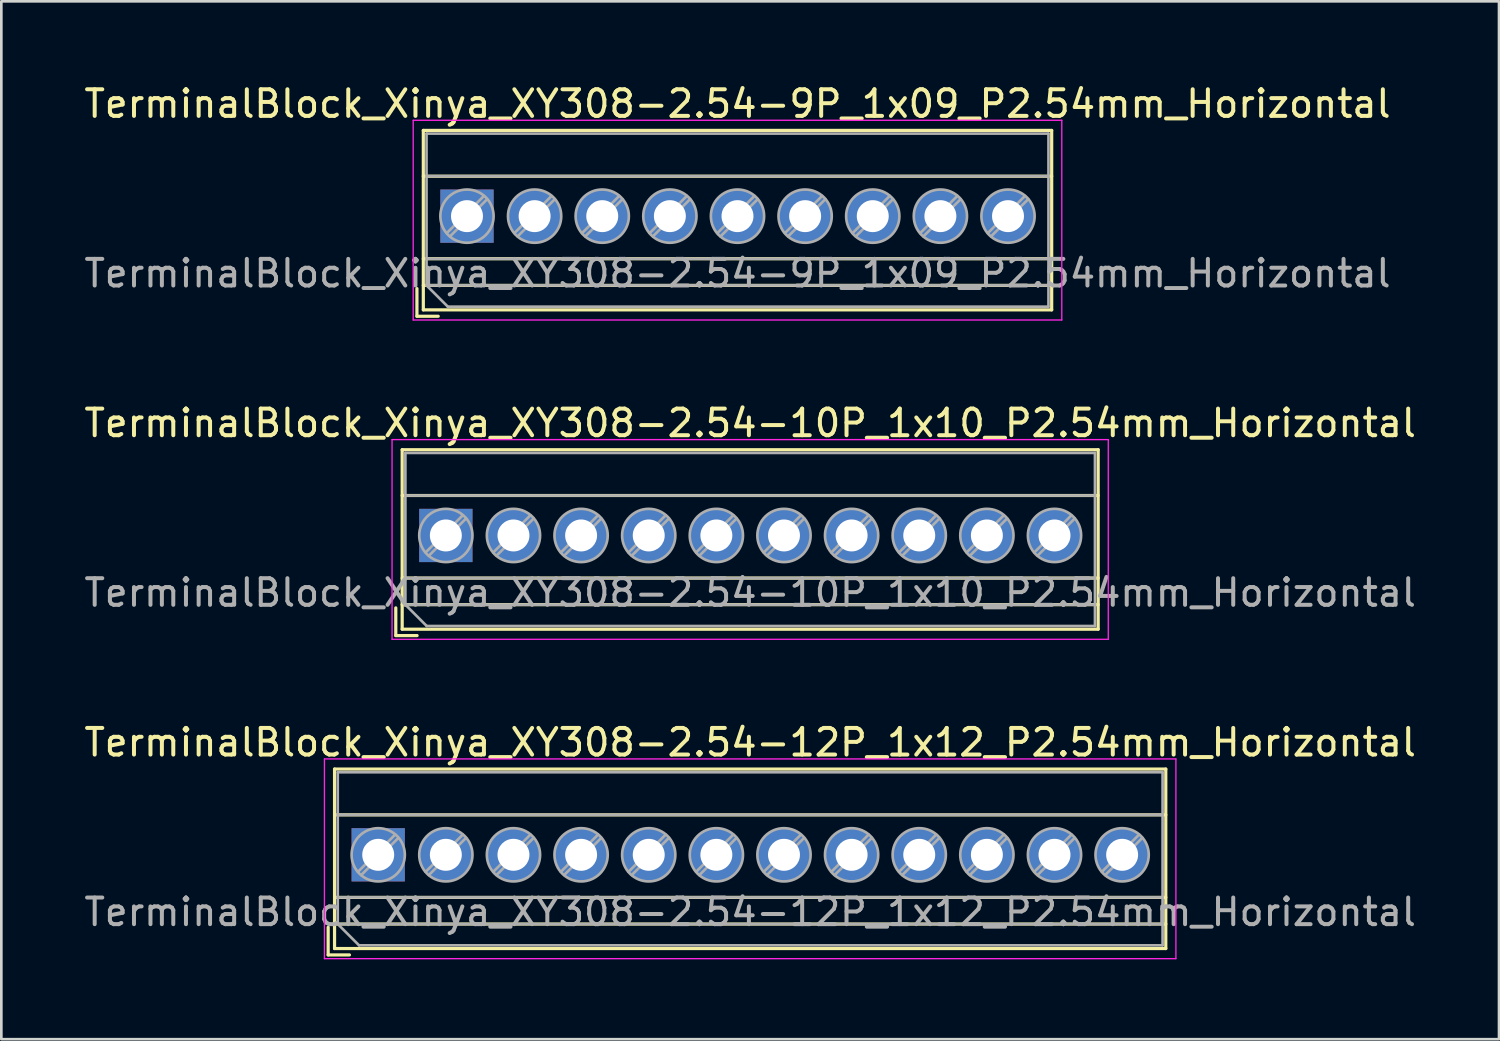
<source format=kicad_pcb>
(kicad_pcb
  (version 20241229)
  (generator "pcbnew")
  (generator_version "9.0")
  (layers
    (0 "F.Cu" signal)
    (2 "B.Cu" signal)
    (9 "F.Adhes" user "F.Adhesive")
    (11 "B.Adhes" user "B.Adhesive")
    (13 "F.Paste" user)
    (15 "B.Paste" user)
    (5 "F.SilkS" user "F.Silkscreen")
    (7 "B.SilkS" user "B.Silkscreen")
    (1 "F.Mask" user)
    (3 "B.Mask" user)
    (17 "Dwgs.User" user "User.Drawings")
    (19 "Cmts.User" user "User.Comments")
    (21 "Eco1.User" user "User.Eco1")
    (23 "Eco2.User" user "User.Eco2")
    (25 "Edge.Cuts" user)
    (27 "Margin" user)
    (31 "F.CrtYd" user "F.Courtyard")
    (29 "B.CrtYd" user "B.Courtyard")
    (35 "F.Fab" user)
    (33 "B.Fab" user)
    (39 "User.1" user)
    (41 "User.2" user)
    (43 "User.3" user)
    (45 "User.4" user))
  (footprint "TerminalBlock_Xinya_XY308-2.54-9P_1x09_P2.54mm_Horizontal"
    (layer "F.Cu")
    (at 14.489 5.068)
    (property "Reference" "TerminalBlock_Xinya_XY308-2.54-9P_1x09_P2.54mm_Horizontal" (at 10.16 -4.22 0) (layer "F.SilkS") (effects (font (size 1 1) (thickness 0.15))))
    (attr through_hole)
    (fp_line (start -1.88 2.72) (end -1.88 3.76) (stroke (width 0.12) (type solid)) (layer "F.SilkS"))
    (fp_line (start -1.88 3.76) (end -1.08 3.76) (stroke (width 0.12) (type solid)) (layer "F.SilkS"))
    (fp_line (start -1.64 -3.22) (end -1.64 3.52) (stroke (width 0.12) (type solid)) (layer "F.SilkS"))
    (fp_line (start -1.64 -3.22) (end 21.96 -3.22) (stroke (width 0.12) (type solid)) (layer "F.SilkS"))
    (fp_line (start -1.64 -1.501) (end 21.96 -1.501) (stroke (width 0.12) (type solid)) (layer "F.SilkS"))
    (fp_line (start -1.64 1.6) (end 21.96 1.6) (stroke (width 0.12) (type solid)) (layer "F.SilkS"))
    (fp_line (start -1.64 2.6) (end 21.96 2.6) (stroke (width 0.12) (type solid)) (layer "F.SilkS"))
    (fp_line (start -1.64 3.52) (end 21.96 3.52) (stroke (width 0.12) (type solid)) (layer "F.SilkS"))
    (fp_line (start 21.96 -3.22) (end 21.96 3.52) (stroke (width 0.12) (type solid)) (layer "F.SilkS"))
    (fp_line (start -2.02 -3.6) (end -2.02 3.9) (stroke (width 0.05) (type solid)) (layer "F.CrtYd"))
    (fp_line (start -2.02 3.9) (end 22.34 3.9) (stroke (width 0.05) (type solid)) (layer "F.CrtYd"))
    (fp_line (start 22.34 -3.6) (end -2.02 -3.6) (stroke (width 0.05) (type solid)) (layer "F.CrtYd"))
    (fp_line (start 22.34 3.9) (end 22.34 -3.6) (stroke (width 0.05) (type solid)) (layer "F.CrtYd"))
    (fp_line (start -1.52 -3.1) (end 21.84 -3.1) (stroke (width 0.1) (type solid)) (layer "F.Fab"))
    (fp_line (start -1.52 -1.5) (end 21.84 -1.5) (stroke (width 0.1) (type solid)) (layer "F.Fab"))
    (fp_line (start -1.52 1.6) (end 21.84 1.6) (stroke (width 0.1) (type solid)) (layer "F.Fab"))
    (fp_line (start -1.52 2.6) (end -1.52 -3.1) (stroke (width 0.1) (type solid)) (layer "F.Fab"))
    (fp_line (start -1.52 2.6) (end 21.84 2.6) (stroke (width 0.1) (type solid)) (layer "F.Fab"))
    (fp_line (start -0.72 3.4) (end -1.52 2.6) (stroke (width 0.1) (type solid)) (layer "F.Fab"))
    (fp_line (start 0.637 -0.759) (end -0.759 0.637) (stroke (width 0.1) (type solid)) (layer "F.Fab"))
    (fp_line (start 0.759 -0.637) (end -0.637 0.759) (stroke (width 0.1) (type solid)) (layer "F.Fab"))
    (fp_line (start 3.177 -0.759) (end 1.782 0.637) (stroke (width 0.1) (type solid)) (layer "F.Fab"))
    (fp_line (start 3.299 -0.637) (end 1.904 0.759) (stroke (width 0.1) (type solid)) (layer "F.Fab"))
    (fp_line (start 5.717 -0.759) (end 4.322 0.637) (stroke (width 0.1) (type solid)) (layer "F.Fab"))
    (fp_line (start 5.839 -0.637) (end 4.444 0.759) (stroke (width 0.1) (type solid)) (layer "F.Fab"))
    (fp_line (start 8.257 -0.759) (end 6.862 0.637) (stroke (width 0.1) (type solid)) (layer "F.Fab"))
    (fp_line (start 8.379 -0.637) (end 6.984 0.759) (stroke (width 0.1) (type solid)) (layer "F.Fab"))
    (fp_line (start 10.797 -0.759) (end 9.402 0.637) (stroke (width 0.1) (type solid)) (layer "F.Fab"))
    (fp_line (start 10.919 -0.637) (end 9.524 0.759) (stroke (width 0.1) (type solid)) (layer "F.Fab"))
    (fp_line (start 13.337 -0.759) (end 11.942 0.637) (stroke (width 0.1) (type solid)) (layer "F.Fab"))
    (fp_line (start 13.459 -0.637) (end 12.064 0.759) (stroke (width 0.1) (type solid)) (layer "F.Fab"))
    (fp_line (start 15.877 -0.759) (end 14.482 0.637) (stroke (width 0.1) (type solid)) (layer "F.Fab"))
    (fp_line (start 15.999 -0.637) (end 14.604 0.759) (stroke (width 0.1) (type solid)) (layer "F.Fab"))
    (fp_line (start 18.417 -0.759) (end 17.022 0.637) (stroke (width 0.1) (type solid)) (layer "F.Fab"))
    (fp_line (start 18.539 -0.637) (end 17.144 0.759) (stroke (width 0.1) (type solid)) (layer "F.Fab"))
    (fp_line (start 20.957 -0.759) (end 19.562 0.637) (stroke (width 0.1) (type solid)) (layer "F.Fab"))
    (fp_line (start 21.079 -0.637) (end 19.684 0.759) (stroke (width 0.1) (type solid)) (layer "F.Fab"))
    (fp_line (start 21.84 -3.1) (end 21.84 3.4) (stroke (width 0.1) (type solid)) (layer "F.Fab"))
    (fp_line (start 21.84 3.4) (end -0.72 3.4) (stroke (width 0.1) (type solid)) (layer "F.Fab"))
    (fp_circle (center 0 0) (end 1 0) (stroke (width 0.1) (type solid)) (fill no) (layer "F.Fab"))
    (fp_circle (center 2.54 0) (end 3.54 0) (stroke (width 0.1) (type solid)) (fill no) (layer "F.Fab"))
    (fp_circle (center 5.08 0) (end 6.08 0) (stroke (width 0.1) (type solid)) (fill no) (layer "F.Fab"))
    (fp_circle (center 7.62 0) (end 8.62 0) (stroke (width 0.1) (type solid)) (fill no) (layer "F.Fab"))
    (fp_circle (center 10.16 0) (end 11.16 0) (stroke (width 0.1) (type solid)) (fill no) (layer "F.Fab"))
    (fp_circle (center 12.7 0) (end 13.7 0) (stroke (width 0.1) (type solid)) (fill no) (layer "F.Fab"))
    (fp_circle (center 15.24 0) (end 16.24 0) (stroke (width 0.1) (type solid)) (fill no) (layer "F.Fab"))
    (fp_circle (center 17.78 0) (end 18.78 0) (stroke (width 0.1) (type solid)) (fill no) (layer "F.Fab"))
    (fp_circle (center 20.32 0) (end 21.32 0) (stroke (width 0.1) (type solid)) (fill no) (layer "F.Fab"))
    (fp_text user "${REFERENCE}" (at 10.16 2.15 0) (layer "F.Fab") (effects (font (size 1 1) (thickness 0.15))))
    (pad "1" thru_hole rect (at 0 0) (size 2 2) (drill 1.2) (layers "*.Cu" "*.Mask"))
    (pad "2" thru_hole circle (at 2.54 0) (size 2 2) (drill 1.2) (layers "*.Cu" "*.Mask"))
    (pad "3" thru_hole circle (at 5.08 0) (size 2 2) (drill 1.2) (layers "*.Cu" "*.Mask"))
    (pad "4" thru_hole circle (at 7.62 0) (size 2 2) (drill 1.2) (layers "*.Cu" "*.Mask"))
    (pad "5" thru_hole circle (at 10.16 0) (size 2 2) (drill 1.2) (layers "*.Cu" "*.Mask"))
    (pad "6" thru_hole circle (at 12.7 0) (size 2 2) (drill 1.2) (layers "*.Cu" "*.Mask"))
    (pad "7" thru_hole circle (at 15.24 0) (size 2 2) (drill 1.2) (layers "*.Cu" "*.Mask"))
    (pad "8" thru_hole circle (at 17.78 0) (size 2 2) (drill 1.2) (layers "*.Cu" "*.Mask"))
    (pad "9" thru_hole circle (at 20.32 0) (size 2 2) (drill 1.2) (layers "*.Cu" "*.Mask")))
  (footprint "TerminalBlock_Xinya_XY308-2.54-10P_1x10_P2.54mm_Horizontal"
    (layer "F.Cu")
    (at 13.695 17.061)
    (property "Reference" "TerminalBlock_Xinya_XY308-2.54-10P_1x10_P2.54mm_Horizontal" (at 11.43 -4.22 0) (layer "F.SilkS") (effects (font (size 1 1) (thickness 0.15))))
    (attr through_hole)
    (fp_line (start -1.88 2.72) (end -1.88 3.76) (stroke (width 0.12) (type solid)) (layer "F.SilkS"))
    (fp_line (start -1.88 3.76) (end -1.08 3.76) (stroke (width 0.12) (type solid)) (layer "F.SilkS"))
    (fp_line (start -1.64 -3.22) (end -1.64 3.52) (stroke (width 0.12) (type solid)) (layer "F.SilkS"))
    (fp_line (start -1.64 -3.22) (end 24.5 -3.22) (stroke (width 0.12) (type solid)) (layer "F.SilkS"))
    (fp_line (start -1.64 -1.501) (end 24.5 -1.501) (stroke (width 0.12) (type solid)) (layer "F.SilkS"))
    (fp_line (start -1.64 1.6) (end 24.5 1.6) (stroke (width 0.12) (type solid)) (layer "F.SilkS"))
    (fp_line (start -1.64 2.6) (end 24.5 2.6) (stroke (width 0.12) (type solid)) (layer "F.SilkS"))
    (fp_line (start -1.64 3.52) (end 24.5 3.52) (stroke (width 0.12) (type solid)) (layer "F.SilkS"))
    (fp_line (start 24.5 -3.22) (end 24.5 3.52) (stroke (width 0.12) (type solid)) (layer "F.SilkS"))
    (fp_line (start -2.02 -3.6) (end -2.02 3.9) (stroke (width 0.05) (type solid)) (layer "F.CrtYd"))
    (fp_line (start -2.02 3.9) (end 24.88 3.9) (stroke (width 0.05) (type solid)) (layer "F.CrtYd"))
    (fp_line (start 24.88 -3.6) (end -2.02 -3.6) (stroke (width 0.05) (type solid)) (layer "F.CrtYd"))
    (fp_line (start 24.88 3.9) (end 24.88 -3.6) (stroke (width 0.05) (type solid)) (layer "F.CrtYd"))
    (fp_line (start -1.52 -3.1) (end 24.38 -3.1) (stroke (width 0.1) (type solid)) (layer "F.Fab"))
    (fp_line (start -1.52 -1.5) (end 24.38 -1.5) (stroke (width 0.1) (type solid)) (layer "F.Fab"))
    (fp_line (start -1.52 1.6) (end 24.38 1.6) (stroke (width 0.1) (type solid)) (layer "F.Fab"))
    (fp_line (start -1.52 2.6) (end -1.52 -3.1) (stroke (width 0.1) (type solid)) (layer "F.Fab"))
    (fp_line (start -1.52 2.6) (end 24.38 2.6) (stroke (width 0.1) (type solid)) (layer "F.Fab"))
    (fp_line (start -0.72 3.4) (end -1.52 2.6) (stroke (width 0.1) (type solid)) (layer "F.Fab"))
    (fp_line (start 0.637 -0.759) (end -0.759 0.637) (stroke (width 0.1) (type solid)) (layer "F.Fab"))
    (fp_line (start 0.759 -0.637) (end -0.637 0.759) (stroke (width 0.1) (type solid)) (layer "F.Fab"))
    (fp_line (start 3.177 -0.759) (end 1.782 0.637) (stroke (width 0.1) (type solid)) (layer "F.Fab"))
    (fp_line (start 3.299 -0.637) (end 1.904 0.759) (stroke (width 0.1) (type solid)) (layer "F.Fab"))
    (fp_line (start 5.717 -0.759) (end 4.322 0.637) (stroke (width 0.1) (type solid)) (layer "F.Fab"))
    (fp_line (start 5.839 -0.637) (end 4.444 0.759) (stroke (width 0.1) (type solid)) (layer "F.Fab"))
    (fp_line (start 8.257 -0.759) (end 6.862 0.637) (stroke (width 0.1) (type solid)) (layer "F.Fab"))
    (fp_line (start 8.379 -0.637) (end 6.984 0.759) (stroke (width 0.1) (type solid)) (layer "F.Fab"))
    (fp_line (start 10.797 -0.759) (end 9.402 0.637) (stroke (width 0.1) (type solid)) (layer "F.Fab"))
    (fp_line (start 10.919 -0.637) (end 9.524 0.759) (stroke (width 0.1) (type solid)) (layer "F.Fab"))
    (fp_line (start 13.337 -0.759) (end 11.942 0.637) (stroke (width 0.1) (type solid)) (layer "F.Fab"))
    (fp_line (start 13.459 -0.637) (end 12.064 0.759) (stroke (width 0.1) (type solid)) (layer "F.Fab"))
    (fp_line (start 15.877 -0.759) (end 14.482 0.637) (stroke (width 0.1) (type solid)) (layer "F.Fab"))
    (fp_line (start 15.999 -0.637) (end 14.604 0.759) (stroke (width 0.1) (type solid)) (layer "F.Fab"))
    (fp_line (start 18.417 -0.759) (end 17.022 0.637) (stroke (width 0.1) (type solid)) (layer "F.Fab"))
    (fp_line (start 18.539 -0.637) (end 17.144 0.759) (stroke (width 0.1) (type solid)) (layer "F.Fab"))
    (fp_line (start 20.957 -0.759) (end 19.562 0.637) (stroke (width 0.1) (type solid)) (layer "F.Fab"))
    (fp_line (start 21.079 -0.637) (end 19.684 0.759) (stroke (width 0.1) (type solid)) (layer "F.Fab"))
    (fp_line (start 23.497 -0.759) (end 22.102 0.637) (stroke (width 0.1) (type solid)) (layer "F.Fab"))
    (fp_line (start 23.619 -0.637) (end 22.224 0.759) (stroke (width 0.1) (type solid)) (layer "F.Fab"))
    (fp_line (start 24.38 -3.1) (end 24.38 3.4) (stroke (width 0.1) (type solid)) (layer "F.Fab"))
    (fp_line (start 24.38 3.4) (end -0.72 3.4) (stroke (width 0.1) (type solid)) (layer "F.Fab"))
    (fp_circle (center 0 0) (end 1 0) (stroke (width 0.1) (type solid)) (fill no) (layer "F.Fab"))
    (fp_circle (center 2.54 0) (end 3.54 0) (stroke (width 0.1) (type solid)) (fill no) (layer "F.Fab"))
    (fp_circle (center 5.08 0) (end 6.08 0) (stroke (width 0.1) (type solid)) (fill no) (layer "F.Fab"))
    (fp_circle (center 7.62 0) (end 8.62 0) (stroke (width 0.1) (type solid)) (fill no) (layer "F.Fab"))
    (fp_circle (center 10.16 0) (end 11.16 0) (stroke (width 0.1) (type solid)) (fill no) (layer "F.Fab"))
    (fp_circle (center 12.7 0) (end 13.7 0) (stroke (width 0.1) (type solid)) (fill no) (layer "F.Fab"))
    (fp_circle (center 15.24 0) (end 16.24 0) (stroke (width 0.1) (type solid)) (fill no) (layer "F.Fab"))
    (fp_circle (center 17.78 0) (end 18.78 0) (stroke (width 0.1) (type solid)) (fill no) (layer "F.Fab"))
    (fp_circle (center 20.32 0) (end 21.32 0) (stroke (width 0.1) (type solid)) (fill no) (layer "F.Fab"))
    (fp_circle (center 22.86 0) (end 23.86 0) (stroke (width 0.1) (type solid)) (fill no) (layer "F.Fab"))
    (fp_text user "${REFERENCE}" (at 11.43 2.15 0) (layer "F.Fab") (effects (font (size 1 1) (thickness 0.15))))
    (pad "1" thru_hole rect (at 0 0) (size 2 2) (drill 1.2) (layers "*.Cu" "*.Mask"))
    (pad "2" thru_hole circle (at 2.54 0) (size 2 2) (drill 1.2) (layers "*.Cu" "*.Mask"))
    (pad "3" thru_hole circle (at 5.08 0) (size 2 2) (drill 1.2) (layers "*.Cu" "*.Mask"))
    (pad "4" thru_hole circle (at 7.62 0) (size 2 2) (drill 1.2) (layers "*.Cu" "*.Mask"))
    (pad "5" thru_hole circle (at 10.16 0) (size 2 2) (drill 1.2) (layers "*.Cu" "*.Mask"))
    (pad "6" thru_hole circle (at 12.7 0) (size 2 2) (drill 1.2) (layers "*.Cu" "*.Mask"))
    (pad "7" thru_hole circle (at 15.24 0) (size 2 2) (drill 1.2) (layers "*.Cu" "*.Mask"))
    (pad "8" thru_hole circle (at 17.78 0) (size 2 2) (drill 1.2) (layers "*.Cu" "*.Mask"))
    (pad "9" thru_hole circle (at 20.32 0) (size 2 2) (drill 1.2) (layers "*.Cu" "*.Mask"))
    (pad "10" thru_hole circle (at 22.86 0) (size 2 2) (drill 1.2) (layers "*.Cu" "*.Mask")))
  (footprint "TerminalBlock_Xinya_XY308-2.54-12P_1x12_P2.54mm_Horizontal"
    (layer "F.Cu")
    (at 11.155 29.055)
    (property "Reference" "TerminalBlock_Xinya_XY308-2.54-12P_1x12_P2.54mm_Horizontal" (at 13.97 -4.22 0) (layer "F.SilkS") (effects (font (size 1 1) (thickness 0.15))))
    (attr through_hole)
    (fp_line (start -1.88 2.72) (end -1.88 3.76) (stroke (width 0.12) (type solid)) (layer "F.SilkS"))
    (fp_line (start -1.88 3.76) (end -1.08 3.76) (stroke (width 0.12) (type solid)) (layer "F.SilkS"))
    (fp_line (start -1.64 -3.22) (end -1.64 3.52) (stroke (width 0.12) (type solid)) (layer "F.SilkS"))
    (fp_line (start -1.64 -3.22) (end 29.58 -3.22) (stroke (width 0.12) (type solid)) (layer "F.SilkS"))
    (fp_line (start -1.64 -1.501) (end 29.58 -1.501) (stroke (width 0.12) (type solid)) (layer "F.SilkS"))
    (fp_line (start -1.64 1.6) (end 29.58 1.6) (stroke (width 0.12) (type solid)) (layer "F.SilkS"))
    (fp_line (start -1.64 2.6) (end 29.58 2.6) (stroke (width 0.12) (type solid)) (layer "F.SilkS"))
    (fp_line (start -1.64 3.52) (end 29.58 3.52) (stroke (width 0.12) (type solid)) (layer "F.SilkS"))
    (fp_line (start 29.58 -3.22) (end 29.58 3.52) (stroke (width 0.12) (type solid)) (layer "F.SilkS"))
    (fp_line (start -2.02 -3.6) (end -2.02 3.9) (stroke (width 0.05) (type solid)) (layer "F.CrtYd"))
    (fp_line (start -2.02 3.9) (end 29.96 3.9) (stroke (width 0.05) (type solid)) (layer "F.CrtYd"))
    (fp_line (start 29.96 -3.6) (end -2.02 -3.6) (stroke (width 0.05) (type solid)) (layer "F.CrtYd"))
    (fp_line (start 29.96 3.9) (end 29.96 -3.6) (stroke (width 0.05) (type solid)) (layer "F.CrtYd"))
    (fp_line (start -1.52 -3.1) (end 29.46 -3.1) (stroke (width 0.1) (type solid)) (layer "F.Fab"))
    (fp_line (start -1.52 -1.5) (end 29.46 -1.5) (stroke (width 0.1) (type solid)) (layer "F.Fab"))
    (fp_line (start -1.52 1.6) (end 29.46 1.6) (stroke (width 0.1) (type solid)) (layer "F.Fab"))
    (fp_line (start -1.52 2.6) (end -1.52 -3.1) (stroke (width 0.1) (type solid)) (layer "F.Fab"))
    (fp_line (start -1.52 2.6) (end 29.46 2.6) (stroke (width 0.1) (type solid)) (layer "F.Fab"))
    (fp_line (start -0.72 3.4) (end -1.52 2.6) (stroke (width 0.1) (type solid)) (layer "F.Fab"))
    (fp_line (start 0.637 -0.759) (end -0.759 0.637) (stroke (width 0.1) (type solid)) (layer "F.Fab"))
    (fp_line (start 0.759 -0.637) (end -0.637 0.759) (stroke (width 0.1) (type solid)) (layer "F.Fab"))
    (fp_line (start 3.177 -0.759) (end 1.782 0.637) (stroke (width 0.1) (type solid)) (layer "F.Fab"))
    (fp_line (start 3.299 -0.637) (end 1.904 0.759) (stroke (width 0.1) (type solid)) (layer "F.Fab"))
    (fp_line (start 5.717 -0.759) (end 4.322 0.637) (stroke (width 0.1) (type solid)) (layer "F.Fab"))
    (fp_line (start 5.839 -0.637) (end 4.444 0.759) (stroke (width 0.1) (type solid)) (layer "F.Fab"))
    (fp_line (start 8.257 -0.759) (end 6.862 0.637) (stroke (width 0.1) (type solid)) (layer "F.Fab"))
    (fp_line (start 8.379 -0.637) (end 6.984 0.759) (stroke (width 0.1) (type solid)) (layer "F.Fab"))
    (fp_line (start 10.797 -0.759) (end 9.402 0.637) (stroke (width 0.1) (type solid)) (layer "F.Fab"))
    (fp_line (start 10.919 -0.637) (end 9.524 0.759) (stroke (width 0.1) (type solid)) (layer "F.Fab"))
    (fp_line (start 13.337 -0.759) (end 11.942 0.637) (stroke (width 0.1) (type solid)) (layer "F.Fab"))
    (fp_line (start 13.459 -0.637) (end 12.064 0.759) (stroke (width 0.1) (type solid)) (layer "F.Fab"))
    (fp_line (start 15.877 -0.759) (end 14.482 0.637) (stroke (width 0.1) (type solid)) (layer "F.Fab"))
    (fp_line (start 15.999 -0.637) (end 14.604 0.759) (stroke (width 0.1) (type solid)) (layer "F.Fab"))
    (fp_line (start 18.417 -0.759) (end 17.022 0.637) (stroke (width 0.1) (type solid)) (layer "F.Fab"))
    (fp_line (start 18.539 -0.637) (end 17.144 0.759) (stroke (width 0.1) (type solid)) (layer "F.Fab"))
    (fp_line (start 20.957 -0.759) (end 19.562 0.637) (stroke (width 0.1) (type solid)) (layer "F.Fab"))
    (fp_line (start 21.079 -0.637) (end 19.684 0.759) (stroke (width 0.1) (type solid)) (layer "F.Fab"))
    (fp_line (start 23.497 -0.759) (end 22.102 0.637) (stroke (width 0.1) (type solid)) (layer "F.Fab"))
    (fp_line (start 23.619 -0.637) (end 22.224 0.759) (stroke (width 0.1) (type solid)) (layer "F.Fab"))
    (fp_line (start 26.037 -0.759) (end 24.642 0.637) (stroke (width 0.1) (type solid)) (layer "F.Fab"))
    (fp_line (start 26.159 -0.637) (end 24.764 0.759) (stroke (width 0.1) (type solid)) (layer "F.Fab"))
    (fp_line (start 28.577 -0.759) (end 27.182 0.637) (stroke (width 0.1) (type solid)) (layer "F.Fab"))
    (fp_line (start 28.699 -0.637) (end 27.304 0.759) (stroke (width 0.1) (type solid)) (layer "F.Fab"))
    (fp_line (start 29.46 -3.1) (end 29.46 3.4) (stroke (width 0.1) (type solid)) (layer "F.Fab"))
    (fp_line (start 29.46 3.4) (end -0.72 3.4) (stroke (width 0.1) (type solid)) (layer "F.Fab"))
    (fp_circle (center 0 0) (end 1 0) (stroke (width 0.1) (type solid)) (fill no) (layer "F.Fab"))
    (fp_circle (center 2.54 0) (end 3.54 0) (stroke (width 0.1) (type solid)) (fill no) (layer "F.Fab"))
    (fp_circle (center 5.08 0) (end 6.08 0) (stroke (width 0.1) (type solid)) (fill no) (layer "F.Fab"))
    (fp_circle (center 7.62 0) (end 8.62 0) (stroke (width 0.1) (type solid)) (fill no) (layer "F.Fab"))
    (fp_circle (center 10.16 0) (end 11.16 0) (stroke (width 0.1) (type solid)) (fill no) (layer "F.Fab"))
    (fp_circle (center 12.7 0) (end 13.7 0) (stroke (width 0.1) (type solid)) (fill no) (layer "F.Fab"))
    (fp_circle (center 15.24 0) (end 16.24 0) (stroke (width 0.1) (type solid)) (fill no) (layer "F.Fab"))
    (fp_circle (center 17.78 0) (end 18.78 0) (stroke (width 0.1) (type solid)) (fill no) (layer "F.Fab"))
    (fp_circle (center 20.32 0) (end 21.32 0) (stroke (width 0.1) (type solid)) (fill no) (layer "F.Fab"))
    (fp_circle (center 22.86 0) (end 23.86 0) (stroke (width 0.1) (type solid)) (fill no) (layer "F.Fab"))
    (fp_circle (center 25.4 0) (end 26.4 0) (stroke (width 0.1) (type solid)) (fill no) (layer "F.Fab"))
    (fp_circle (center 27.94 0) (end 28.94 0) (stroke (width 0.1) (type solid)) (fill no) (layer "F.Fab"))
    (fp_text user "${REFERENCE}" (at 13.97 2.15 0) (layer "F.Fab") (effects (font (size 1 1) (thickness 0.15))))
    (pad "1" thru_hole rect (at 0 0) (size 2 2) (drill 1.2) (layers "*.Cu" "*.Mask"))
    (pad "2" thru_hole circle (at 2.54 0) (size 2 2) (drill 1.2) (layers "*.Cu" "*.Mask"))
    (pad "3" thru_hole circle (at 5.08 0) (size 2 2) (drill 1.2) (layers "*.Cu" "*.Mask"))
    (pad "4" thru_hole circle (at 7.62 0) (size 2 2) (drill 1.2) (layers "*.Cu" "*.Mask"))
    (pad "5" thru_hole circle (at 10.16 0) (size 2 2) (drill 1.2) (layers "*.Cu" "*.Mask"))
    (pad "6" thru_hole circle (at 12.7 0) (size 2 2) (drill 1.2) (layers "*.Cu" "*.Mask"))
    (pad "7" thru_hole circle (at 15.24 0) (size 2 2) (drill 1.2) (layers "*.Cu" "*.Mask"))
    (pad "8" thru_hole circle (at 17.78 0) (size 2 2) (drill 1.2) (layers "*.Cu" "*.Mask"))
    (pad "9" thru_hole circle (at 20.32 0) (size 2 2) (drill 1.2) (layers "*.Cu" "*.Mask"))
    (pad "10" thru_hole circle (at 22.86 0) (size 2 2) (drill 1.2) (layers "*.Cu" "*.Mask"))
    (pad "11" thru_hole circle (at 25.4 0) (size 2 2) (drill 1.2) (layers "*.Cu" "*.Mask"))
    (pad "12" thru_hole circle (at 27.94 0) (size 2 2) (drill 1.2) (layers "*.Cu" "*.Mask")))
  (gr_rect
    (start -3 -3)
    (end 53.25 35.98)
    (stroke (width 0.1) (type default))
    (fill no)
    (layer "Edge.Cuts")))
</source>
